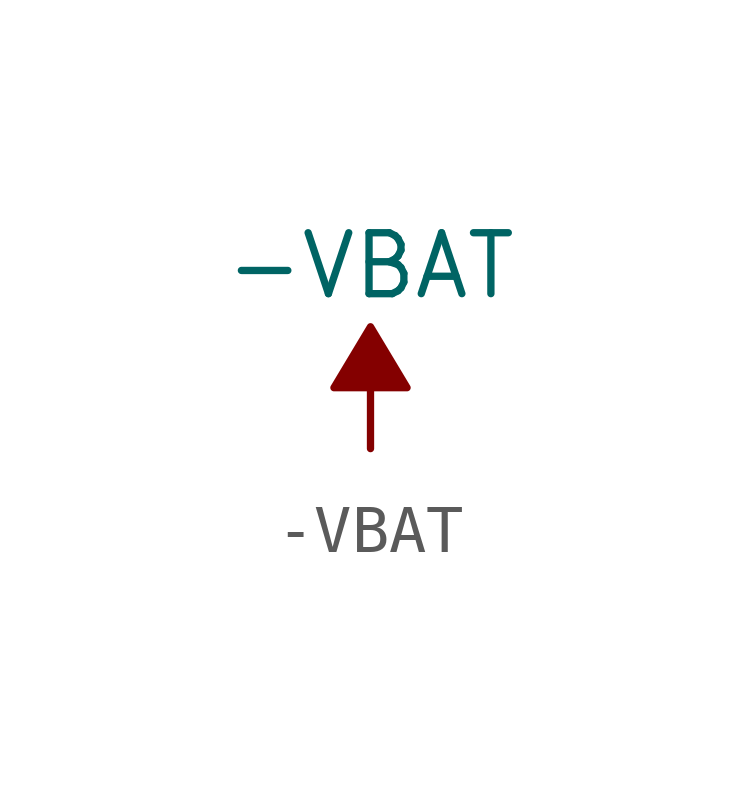
<source format=kicad_sym>
(kicad_symbol_lib
  (version 20220914)
  (generator kicad_symbol_editor)
  (symbol "-VBAT"
    (power)
    (pin_names
      (offset 0))
    (property "Reference" "#PWR"
      (at 0 2.54 0)
      (effects (font (size 1.27 1.27)) hide))
    (property "Value" "-VBAT"
      (at 0 3.81 0)
      (effects (font (size 1.27 1.27))))
    (symbol "-VBAT_0_1"
      (polyline (pts (xy 0 0) (xy 0 1.27) (xy 0.762 1.27) (xy 0 2.54) (xy -0.762 1.27) (xy 0 1.27)) (stroke (width 0) (type default)) (fill (type outline))))
    (symbol "-VBAT_1_0"
      (pin power_in line (at 0 0 90) (length 0) hide (name "-VBAT" (effects (font (size 1.27 1.27)))) (number "1" (effects (font (size 1.27 1.27))))))))
</source>
